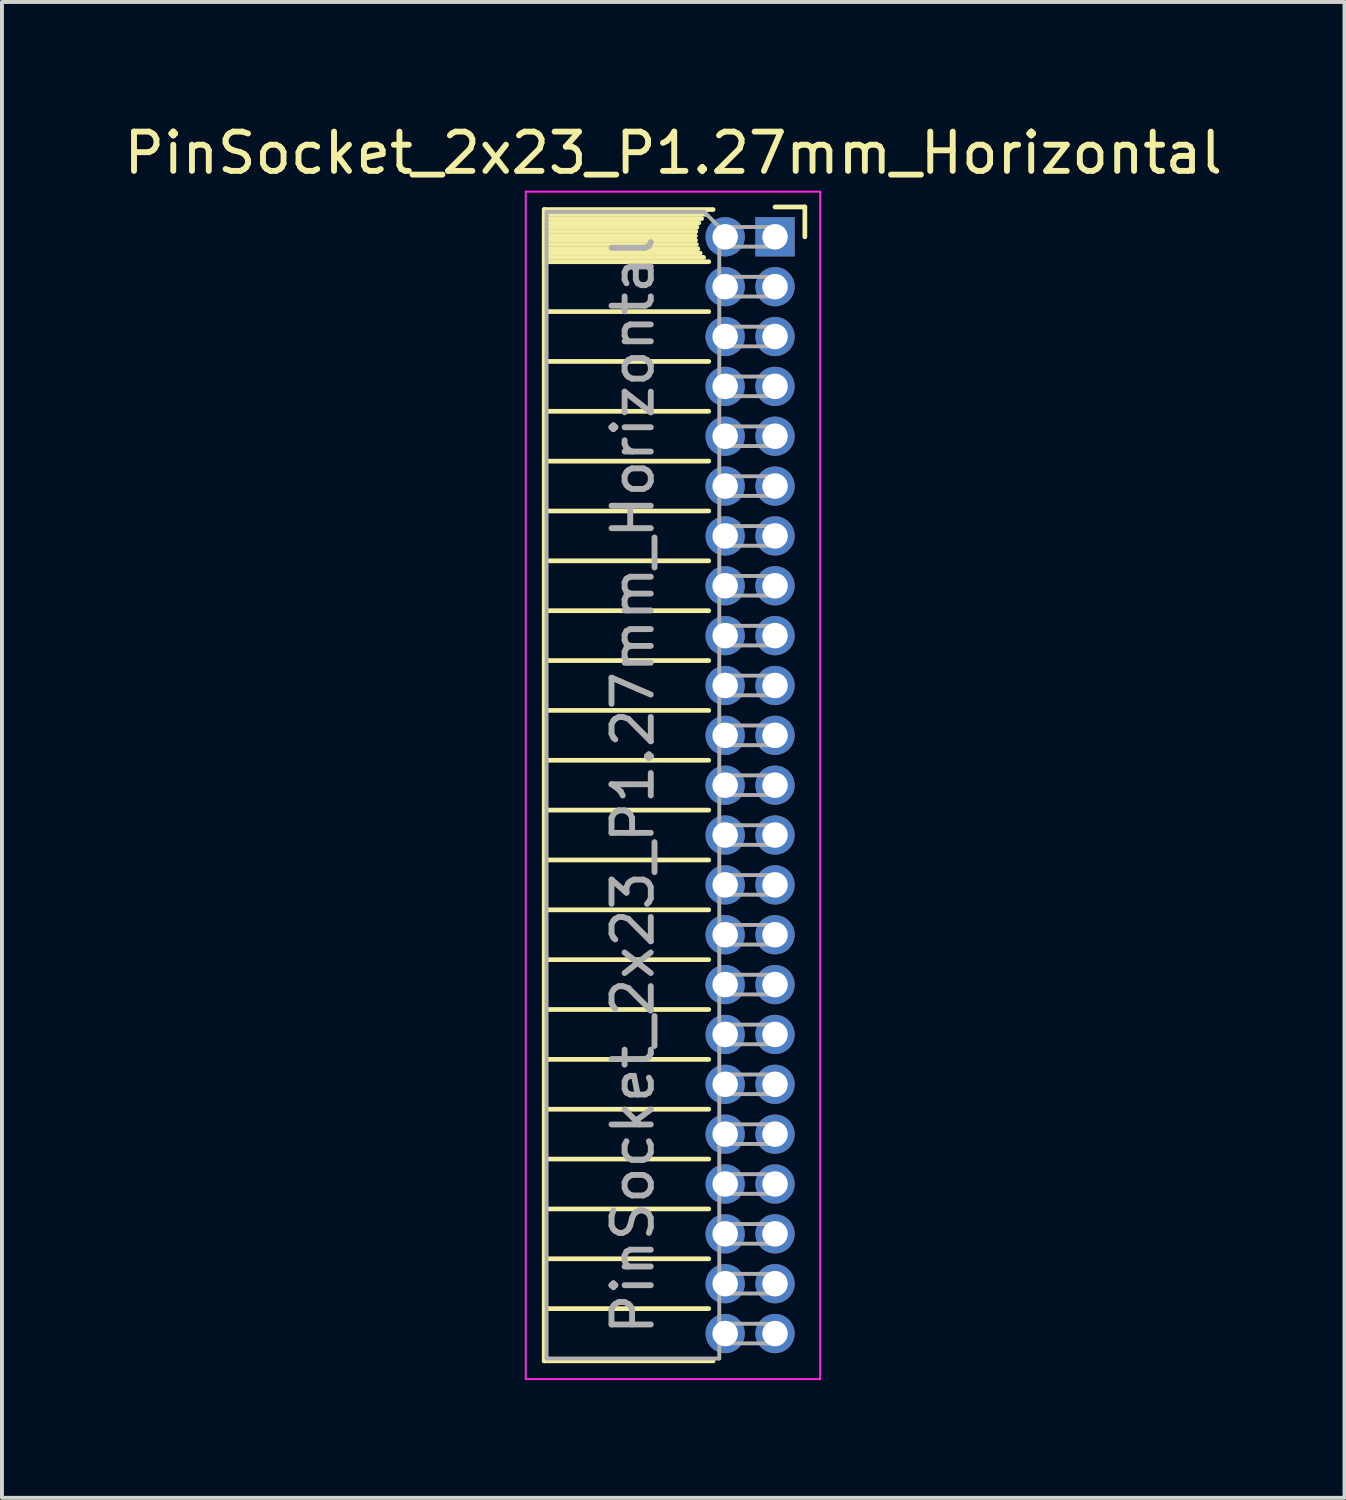
<source format=kicad_pcb>
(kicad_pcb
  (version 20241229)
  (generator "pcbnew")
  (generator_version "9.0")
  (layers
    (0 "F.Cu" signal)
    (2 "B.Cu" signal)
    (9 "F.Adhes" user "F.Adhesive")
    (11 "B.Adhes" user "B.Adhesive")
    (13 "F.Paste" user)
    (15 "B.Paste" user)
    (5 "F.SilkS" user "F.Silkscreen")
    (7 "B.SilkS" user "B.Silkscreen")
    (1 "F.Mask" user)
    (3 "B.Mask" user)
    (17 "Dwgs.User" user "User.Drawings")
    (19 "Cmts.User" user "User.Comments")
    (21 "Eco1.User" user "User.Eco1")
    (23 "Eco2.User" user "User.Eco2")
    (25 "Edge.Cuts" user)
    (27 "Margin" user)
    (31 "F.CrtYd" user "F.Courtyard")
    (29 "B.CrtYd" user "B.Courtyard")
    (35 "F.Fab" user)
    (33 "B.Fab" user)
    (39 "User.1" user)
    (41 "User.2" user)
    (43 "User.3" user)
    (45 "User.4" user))
  (footprint "PinSocket_2x23_P1.27mm_Horizontal"
    (layer "F.Cu")
    (at 16.694 2.983)
    (property "Reference" "PinSocket_2x23_P1.27mm_Horizontal" (at -2.592 -2.135 0) (layer "F.SilkS") (effects (font (size 1 1) (thickness 0.15))))
    (attr through_hole)
    (fp_line (start -5.88 -0.695) (end -5.88 28.635) (stroke (width 0.12) (type solid)) (layer "F.SilkS"))
    (fp_line (start -5.88 -0.695) (end -1.578 -0.695) (stroke (width 0.12) (type solid)) (layer "F.SilkS"))
    (fp_line (start -5.88 -0.575) (end -1.767 -0.575) (stroke (width 0.12) (type solid)) (layer "F.SilkS"))
    (fp_line (start -5.88 -0.465) (end -1.871 -0.465) (stroke (width 0.12) (type solid)) (layer "F.SilkS"))
    (fp_line (start -5.88 -0.355) (end -1.942 -0.355) (stroke (width 0.12) (type solid)) (layer "F.SilkS"))
    (fp_line (start -5.88 -0.245) (end -1.989 -0.245) (stroke (width 0.12) (type solid)) (layer "F.SilkS"))
    (fp_line (start -5.88 -0.135) (end -2.018 -0.135) (stroke (width 0.12) (type solid)) (layer "F.SilkS"))
    (fp_line (start -5.88 -0.025) (end -2.03 -0.025) (stroke (width 0.12) (type solid)) (layer "F.SilkS"))
    (fp_line (start -5.88 0.085) (end -2.025 0.085) (stroke (width 0.12) (type solid)) (layer "F.SilkS"))
    (fp_line (start -5.88 0.195) (end -2.005 0.195) (stroke (width 0.12) (type solid)) (layer "F.SilkS"))
    (fp_line (start -5.88 0.305) (end -1.966 0.305) (stroke (width 0.12) (type solid)) (layer "F.SilkS"))
    (fp_line (start -5.88 0.415) (end -1.907 0.415) (stroke (width 0.12) (type solid)) (layer "F.SilkS"))
    (fp_line (start -5.88 0.525) (end -1.82 0.525) (stroke (width 0.12) (type solid)) (layer "F.SilkS"))
    (fp_line (start -5.88 0.635) (end -1.688 0.635) (stroke (width 0.12) (type solid)) (layer "F.SilkS"))
    (fp_line (start -5.88 1.905) (end -1.688 1.905) (stroke (width 0.12) (type solid)) (layer "F.SilkS"))
    (fp_line (start -5.88 3.175) (end -1.688 3.175) (stroke (width 0.12) (type solid)) (layer "F.SilkS"))
    (fp_line (start -5.88 4.445) (end -1.688 4.445) (stroke (width 0.12) (type solid)) (layer "F.SilkS"))
    (fp_line (start -5.88 5.715) (end -1.688 5.715) (stroke (width 0.12) (type solid)) (layer "F.SilkS"))
    (fp_line (start -5.88 6.985) (end -1.688 6.985) (stroke (width 0.12) (type solid)) (layer "F.SilkS"))
    (fp_line (start -5.88 8.255) (end -1.688 8.255) (stroke (width 0.12) (type solid)) (layer "F.SilkS"))
    (fp_line (start -5.88 9.525) (end -1.688 9.525) (stroke (width 0.12) (type solid)) (layer "F.SilkS"))
    (fp_line (start -5.88 10.795) (end -1.688 10.795) (stroke (width 0.12) (type solid)) (layer "F.SilkS"))
    (fp_line (start -5.88 12.065) (end -1.688 12.065) (stroke (width 0.12) (type solid)) (layer "F.SilkS"))
    (fp_line (start -5.88 13.335) (end -1.688 13.335) (stroke (width 0.12) (type solid)) (layer "F.SilkS"))
    (fp_line (start -5.88 14.605) (end -1.688 14.605) (stroke (width 0.12) (type solid)) (layer "F.SilkS"))
    (fp_line (start -5.88 15.875) (end -1.688 15.875) (stroke (width 0.12) (type solid)) (layer "F.SilkS"))
    (fp_line (start -5.88 17.145) (end -1.688 17.145) (stroke (width 0.12) (type solid)) (layer "F.SilkS"))
    (fp_line (start -5.88 18.415) (end -1.688 18.415) (stroke (width 0.12) (type solid)) (layer "F.SilkS"))
    (fp_line (start -5.88 19.685) (end -1.688 19.685) (stroke (width 0.12) (type solid)) (layer "F.SilkS"))
    (fp_line (start -5.88 20.955) (end -1.688 20.955) (stroke (width 0.12) (type solid)) (layer "F.SilkS"))
    (fp_line (start -5.88 22.225) (end -1.688 22.225) (stroke (width 0.12) (type solid)) (layer "F.SilkS"))
    (fp_line (start -5.88 23.495) (end -1.688 23.495) (stroke (width 0.12) (type solid)) (layer "F.SilkS"))
    (fp_line (start -5.88 24.765) (end -1.688 24.765) (stroke (width 0.12) (type solid)) (layer "F.SilkS"))
    (fp_line (start -5.88 26.035) (end -1.688 26.035) (stroke (width 0.12) (type solid)) (layer "F.SilkS"))
    (fp_line (start -5.88 27.305) (end -1.688 27.305) (stroke (width 0.12) (type solid)) (layer "F.SilkS"))
    (fp_line (start -5.88 28.635) (end -1.578 28.635) (stroke (width 0.12) (type solid)) (layer "F.SilkS"))
    (fp_line (start 0 -0.76) (end 0.76 -0.76) (stroke (width 0.12) (type solid)) (layer "F.SilkS"))
    (fp_line (start 0.76 -0.76) (end 0.76 0) (stroke (width 0.12) (type solid)) (layer "F.SilkS"))
    (fp_line (start -6.35 -1.15) (end -6.35 29.1) (stroke (width 0.05) (type solid)) (layer "F.CrtYd"))
    (fp_line (start -6.35 29.1) (end 1.15 29.1) (stroke (width 0.05) (type solid)) (layer "F.CrtYd"))
    (fp_line (start 1.15 -1.15) (end -6.35 -1.15) (stroke (width 0.05) (type solid)) (layer "F.CrtYd"))
    (fp_line (start 1.15 29.1) (end 1.15 -1.15) (stroke (width 0.05) (type solid)) (layer "F.CrtYd"))
    (fp_line (start -5.82 -0.635) (end -1.805 -0.635) (stroke (width 0.1) (type solid)) (layer "F.Fab"))
    (fp_line (start -5.82 28.575) (end -5.82 -0.635) (stroke (width 0.1) (type solid)) (layer "F.Fab"))
    (fp_line (start -1.805 -0.635) (end -1.42 -0.25) (stroke (width 0.1) (type solid)) (layer "F.Fab"))
    (fp_line (start -1.42 -0.25) (end -1.42 28.575) (stroke (width 0.1) (type solid)) (layer "F.Fab"))
    (fp_line (start -1.42 0.25) (end 0 0.25) (stroke (width 0.1) (type solid)) (layer "F.Fab"))
    (fp_line (start -1.42 1.52) (end 0 1.52) (stroke (width 0.1) (type solid)) (layer "F.Fab"))
    (fp_line (start -1.42 2.79) (end 0 2.79) (stroke (width 0.1) (type solid)) (layer "F.Fab"))
    (fp_line (start -1.42 4.06) (end 0 4.06) (stroke (width 0.1) (type solid)) (layer "F.Fab"))
    (fp_line (start -1.42 5.33) (end 0 5.33) (stroke (width 0.1) (type solid)) (layer "F.Fab"))
    (fp_line (start -1.42 6.6) (end 0 6.6) (stroke (width 0.1) (type solid)) (layer "F.Fab"))
    (fp_line (start -1.42 7.87) (end 0 7.87) (stroke (width 0.1) (type solid)) (layer "F.Fab"))
    (fp_line (start -1.42 9.14) (end 0 9.14) (stroke (width 0.1) (type solid)) (layer "F.Fab"))
    (fp_line (start -1.42 10.41) (end 0 10.41) (stroke (width 0.1) (type solid)) (layer "F.Fab"))
    (fp_line (start -1.42 11.68) (end 0 11.68) (stroke (width 0.1) (type solid)) (layer "F.Fab"))
    (fp_line (start -1.42 12.95) (end 0 12.95) (stroke (width 0.1) (type solid)) (layer "F.Fab"))
    (fp_line (start -1.42 14.22) (end 0 14.22) (stroke (width 0.1) (type solid)) (layer "F.Fab"))
    (fp_line (start -1.42 15.49) (end 0 15.49) (stroke (width 0.1) (type solid)) (layer "F.Fab"))
    (fp_line (start -1.42 16.76) (end 0 16.76) (stroke (width 0.1) (type solid)) (layer "F.Fab"))
    (fp_line (start -1.42 18.03) (end 0 18.03) (stroke (width 0.1) (type solid)) (layer "F.Fab"))
    (fp_line (start -1.42 19.3) (end 0 19.3) (stroke (width 0.1) (type solid)) (layer "F.Fab"))
    (fp_line (start -1.42 20.57) (end 0 20.57) (stroke (width 0.1) (type solid)) (layer "F.Fab"))
    (fp_line (start -1.42 21.84) (end 0 21.84) (stroke (width 0.1) (type solid)) (layer "F.Fab"))
    (fp_line (start -1.42 23.11) (end 0 23.11) (stroke (width 0.1) (type solid)) (layer "F.Fab"))
    (fp_line (start -1.42 24.38) (end 0 24.38) (stroke (width 0.1) (type solid)) (layer "F.Fab"))
    (fp_line (start -1.42 25.65) (end 0 25.65) (stroke (width 0.1) (type solid)) (layer "F.Fab"))
    (fp_line (start -1.42 26.92) (end 0 26.92) (stroke (width 0.1) (type solid)) (layer "F.Fab"))
    (fp_line (start -1.42 28.19) (end 0 28.19) (stroke (width 0.1) (type solid)) (layer "F.Fab"))
    (fp_line (start -1.42 28.575) (end -5.82 28.575) (stroke (width 0.1) (type solid)) (layer "F.Fab"))
    (fp_line (start 0 -0.25) (end -1.42 -0.25) (stroke (width 0.1) (type solid)) (layer "F.Fab"))
    (fp_line (start 0 0.25) (end 0 -0.25) (stroke (width 0.1) (type solid)) (layer "F.Fab"))
    (fp_line (start 0 1.02) (end -1.42 1.02) (stroke (width 0.1) (type solid)) (layer "F.Fab"))
    (fp_line (start 0 1.52) (end 0 1.02) (stroke (width 0.1) (type solid)) (layer "F.Fab"))
    (fp_line (start 0 2.29) (end -1.42 2.29) (stroke (width 0.1) (type solid)) (layer "F.Fab"))
    (fp_line (start 0 2.79) (end 0 2.29) (stroke (width 0.1) (type solid)) (layer "F.Fab"))
    (fp_line (start 0 3.56) (end -1.42 3.56) (stroke (width 0.1) (type solid)) (layer "F.Fab"))
    (fp_line (start 0 4.06) (end 0 3.56) (stroke (width 0.1) (type solid)) (layer "F.Fab"))
    (fp_line (start 0 4.83) (end -1.42 4.83) (stroke (width 0.1) (type solid)) (layer "F.Fab"))
    (fp_line (start 0 5.33) (end 0 4.83) (stroke (width 0.1) (type solid)) (layer "F.Fab"))
    (fp_line (start 0 6.1) (end -1.42 6.1) (stroke (width 0.1) (type solid)) (layer "F.Fab"))
    (fp_line (start 0 6.6) (end 0 6.1) (stroke (width 0.1) (type solid)) (layer "F.Fab"))
    (fp_line (start 0 7.37) (end -1.42 7.37) (stroke (width 0.1) (type solid)) (layer "F.Fab"))
    (fp_line (start 0 7.87) (end 0 7.37) (stroke (width 0.1) (type solid)) (layer "F.Fab"))
    (fp_line (start 0 8.64) (end -1.42 8.64) (stroke (width 0.1) (type solid)) (layer "F.Fab"))
    (fp_line (start 0 9.14) (end 0 8.64) (stroke (width 0.1) (type solid)) (layer "F.Fab"))
    (fp_line (start 0 9.91) (end -1.42 9.91) (stroke (width 0.1) (type solid)) (layer "F.Fab"))
    (fp_line (start 0 10.41) (end 0 9.91) (stroke (width 0.1) (type solid)) (layer "F.Fab"))
    (fp_line (start 0 11.18) (end -1.42 11.18) (stroke (width 0.1) (type solid)) (layer "F.Fab"))
    (fp_line (start 0 11.68) (end 0 11.18) (stroke (width 0.1) (type solid)) (layer "F.Fab"))
    (fp_line (start 0 12.45) (end -1.42 12.45) (stroke (width 0.1) (type solid)) (layer "F.Fab"))
    (fp_line (start 0 12.95) (end 0 12.45) (stroke (width 0.1) (type solid)) (layer "F.Fab"))
    (fp_line (start 0 13.72) (end -1.42 13.72) (stroke (width 0.1) (type solid)) (layer "F.Fab"))
    (fp_line (start 0 14.22) (end 0 13.72) (stroke (width 0.1) (type solid)) (layer "F.Fab"))
    (fp_line (start 0 14.99) (end -1.42 14.99) (stroke (width 0.1) (type solid)) (layer "F.Fab"))
    (fp_line (start 0 15.49) (end 0 14.99) (stroke (width 0.1) (type solid)) (layer "F.Fab"))
    (fp_line (start 0 16.26) (end -1.42 16.26) (stroke (width 0.1) (type solid)) (layer "F.Fab"))
    (fp_line (start 0 16.76) (end 0 16.26) (stroke (width 0.1) (type solid)) (layer "F.Fab"))
    (fp_line (start 0 17.53) (end -1.42 17.53) (stroke (width 0.1) (type solid)) (layer "F.Fab"))
    (fp_line (start 0 18.03) (end 0 17.53) (stroke (width 0.1) (type solid)) (layer "F.Fab"))
    (fp_line (start 0 18.8) (end -1.42 18.8) (stroke (width 0.1) (type solid)) (layer "F.Fab"))
    (fp_line (start 0 19.3) (end 0 18.8) (stroke (width 0.1) (type solid)) (layer "F.Fab"))
    (fp_line (start 0 20.07) (end -1.42 20.07) (stroke (width 0.1) (type solid)) (layer "F.Fab"))
    (fp_line (start 0 20.57) (end 0 20.07) (stroke (width 0.1) (type solid)) (layer "F.Fab"))
    (fp_line (start 0 21.34) (end -1.42 21.34) (stroke (width 0.1) (type solid)) (layer "F.Fab"))
    (fp_line (start 0 21.84) (end 0 21.34) (stroke (width 0.1) (type solid)) (layer "F.Fab"))
    (fp_line (start 0 22.61) (end -1.42 22.61) (stroke (width 0.1) (type solid)) (layer "F.Fab"))
    (fp_line (start 0 23.11) (end 0 22.61) (stroke (width 0.1) (type solid)) (layer "F.Fab"))
    (fp_line (start 0 23.88) (end -1.42 23.88) (stroke (width 0.1) (type solid)) (layer "F.Fab"))
    (fp_line (start 0 24.38) (end 0 23.88) (stroke (width 0.1) (type solid)) (layer "F.Fab"))
    (fp_line (start 0 25.15) (end -1.42 25.15) (stroke (width 0.1) (type solid)) (layer "F.Fab"))
    (fp_line (start 0 25.65) (end 0 25.15) (stroke (width 0.1) (type solid)) (layer "F.Fab"))
    (fp_line (start 0 26.42) (end -1.42 26.42) (stroke (width 0.1) (type solid)) (layer "F.Fab"))
    (fp_line (start 0 26.92) (end 0 26.42) (stroke (width 0.1) (type solid)) (layer "F.Fab"))
    (fp_line (start 0 27.69) (end -1.42 27.69) (stroke (width 0.1) (type solid)) (layer "F.Fab"))
    (fp_line (start 0 28.19) (end 0 27.69) (stroke (width 0.1) (type solid)) (layer "F.Fab"))
    (fp_text user "${REFERENCE}" (at -3.62 13.97 90) (layer "F.Fab") (effects (font (size 1 1) (thickness 0.15))))
    (pad "1" thru_hole rect (at 0 0) (size 1 1) (drill 0.65) (layers "*.Cu" "*.Mask"))
    (pad "2" thru_hole circle (at -1.27 0) (size 1 1) (drill 0.65) (layers "*.Cu" "*.Mask"))
    (pad "3" thru_hole circle (at 0 1.27) (size 1 1) (drill 0.65) (layers "*.Cu" "*.Mask"))
    (pad "4" thru_hole circle (at -1.27 1.27) (size 1 1) (drill 0.65) (layers "*.Cu" "*.Mask"))
    (pad "5" thru_hole circle (at 0 2.54) (size 1 1) (drill 0.65) (layers "*.Cu" "*.Mask"))
    (pad "6" thru_hole circle (at -1.27 2.54) (size 1 1) (drill 0.65) (layers "*.Cu" "*.Mask"))
    (pad "7" thru_hole circle (at 0 3.81) (size 1 1) (drill 0.65) (layers "*.Cu" "*.Mask"))
    (pad "8" thru_hole circle (at -1.27 3.81) (size 1 1) (drill 0.65) (layers "*.Cu" "*.Mask"))
    (pad "9" thru_hole circle (at 0 5.08) (size 1 1) (drill 0.65) (layers "*.Cu" "*.Mask"))
    (pad "10" thru_hole circle (at -1.27 5.08) (size 1 1) (drill 0.65) (layers "*.Cu" "*.Mask"))
    (pad "11" thru_hole circle (at 0 6.35) (size 1 1) (drill 0.65) (layers "*.Cu" "*.Mask"))
    (pad "12" thru_hole circle (at -1.27 6.35) (size 1 1) (drill 0.65) (layers "*.Cu" "*.Mask"))
    (pad "13" thru_hole circle (at 0 7.62) (size 1 1) (drill 0.65) (layers "*.Cu" "*.Mask"))
    (pad "14" thru_hole circle (at -1.27 7.62) (size 1 1) (drill 0.65) (layers "*.Cu" "*.Mask"))
    (pad "15" thru_hole circle (at 0 8.89) (size 1 1) (drill 0.65) (layers "*.Cu" "*.Mask"))
    (pad "16" thru_hole circle (at -1.27 8.89) (size 1 1) (drill 0.65) (layers "*.Cu" "*.Mask"))
    (pad "17" thru_hole circle (at 0 10.16) (size 1 1) (drill 0.65) (layers "*.Cu" "*.Mask"))
    (pad "18" thru_hole circle (at -1.27 10.16) (size 1 1) (drill 0.65) (layers "*.Cu" "*.Mask"))
    (pad "19" thru_hole circle (at 0 11.43) (size 1 1) (drill 0.65) (layers "*.Cu" "*.Mask"))
    (pad "20" thru_hole circle (at -1.27 11.43) (size 1 1) (drill 0.65) (layers "*.Cu" "*.Mask"))
    (pad "21" thru_hole circle (at 0 12.7) (size 1 1) (drill 0.65) (layers "*.Cu" "*.Mask"))
    (pad "22" thru_hole circle (at -1.27 12.7) (size 1 1) (drill 0.65) (layers "*.Cu" "*.Mask"))
    (pad "23" thru_hole circle (at 0 13.97) (size 1 1) (drill 0.65) (layers "*.Cu" "*.Mask"))
    (pad "24" thru_hole circle (at -1.27 13.97) (size 1 1) (drill 0.65) (layers "*.Cu" "*.Mask"))
    (pad "25" thru_hole circle (at 0 15.24) (size 1 1) (drill 0.65) (layers "*.Cu" "*.Mask"))
    (pad "26" thru_hole circle (at -1.27 15.24) (size 1 1) (drill 0.65) (layers "*.Cu" "*.Mask"))
    (pad "27" thru_hole circle (at 0 16.51) (size 1 1) (drill 0.65) (layers "*.Cu" "*.Mask"))
    (pad "28" thru_hole circle (at -1.27 16.51) (size 1 1) (drill 0.65) (layers "*.Cu" "*.Mask"))
    (pad "29" thru_hole circle (at 0 17.78) (size 1 1) (drill 0.65) (layers "*.Cu" "*.Mask"))
    (pad "30" thru_hole circle (at -1.27 17.78) (size 1 1) (drill 0.65) (layers "*.Cu" "*.Mask"))
    (pad "31" thru_hole circle (at 0 19.05) (size 1 1) (drill 0.65) (layers "*.Cu" "*.Mask"))
    (pad "32" thru_hole circle (at -1.27 19.05) (size 1 1) (drill 0.65) (layers "*.Cu" "*.Mask"))
    (pad "33" thru_hole circle (at 0 20.32) (size 1 1) (drill 0.65) (layers "*.Cu" "*.Mask"))
    (pad "34" thru_hole circle (at -1.27 20.32) (size 1 1) (drill 0.65) (layers "*.Cu" "*.Mask"))
    (pad "35" thru_hole circle (at 0 21.59) (size 1 1) (drill 0.65) (layers "*.Cu" "*.Mask"))
    (pad "36" thru_hole circle (at -1.27 21.59) (size 1 1) (drill 0.65) (layers "*.Cu" "*.Mask"))
    (pad "37" thru_hole circle (at 0 22.86) (size 1 1) (drill 0.65) (layers "*.Cu" "*.Mask"))
    (pad "38" thru_hole circle (at -1.27 22.86) (size 1 1) (drill 0.65) (layers "*.Cu" "*.Mask"))
    (pad "39" thru_hole circle (at 0 24.13) (size 1 1) (drill 0.65) (layers "*.Cu" "*.Mask"))
    (pad "40" thru_hole circle (at -1.27 24.13) (size 1 1) (drill 0.65) (layers "*.Cu" "*.Mask"))
    (pad "41" thru_hole circle (at 0 25.4) (size 1 1) (drill 0.65) (layers "*.Cu" "*.Mask"))
    (pad "42" thru_hole circle (at -1.27 25.4) (size 1 1) (drill 0.65) (layers "*.Cu" "*.Mask"))
    (pad "43" thru_hole circle (at 0 26.67) (size 1 1) (drill 0.65) (layers "*.Cu" "*.Mask"))
    (pad "44" thru_hole circle (at -1.27 26.67) (size 1 1) (drill 0.65) (layers "*.Cu" "*.Mask"))
    (pad "45" thru_hole circle (at 0 27.94) (size 1 1) (drill 0.65) (layers "*.Cu" "*.Mask"))
    (pad "46" thru_hole circle (at -1.27 27.94) (size 1 1) (drill 0.65) (layers "*.Cu" "*.Mask")))
  (gr_rect
    (start -3 -3)
    (end 31.202 35.108)
    (stroke (width 0.1) (type default))
    (fill no)
    (layer "Edge.Cuts")))
</source>
